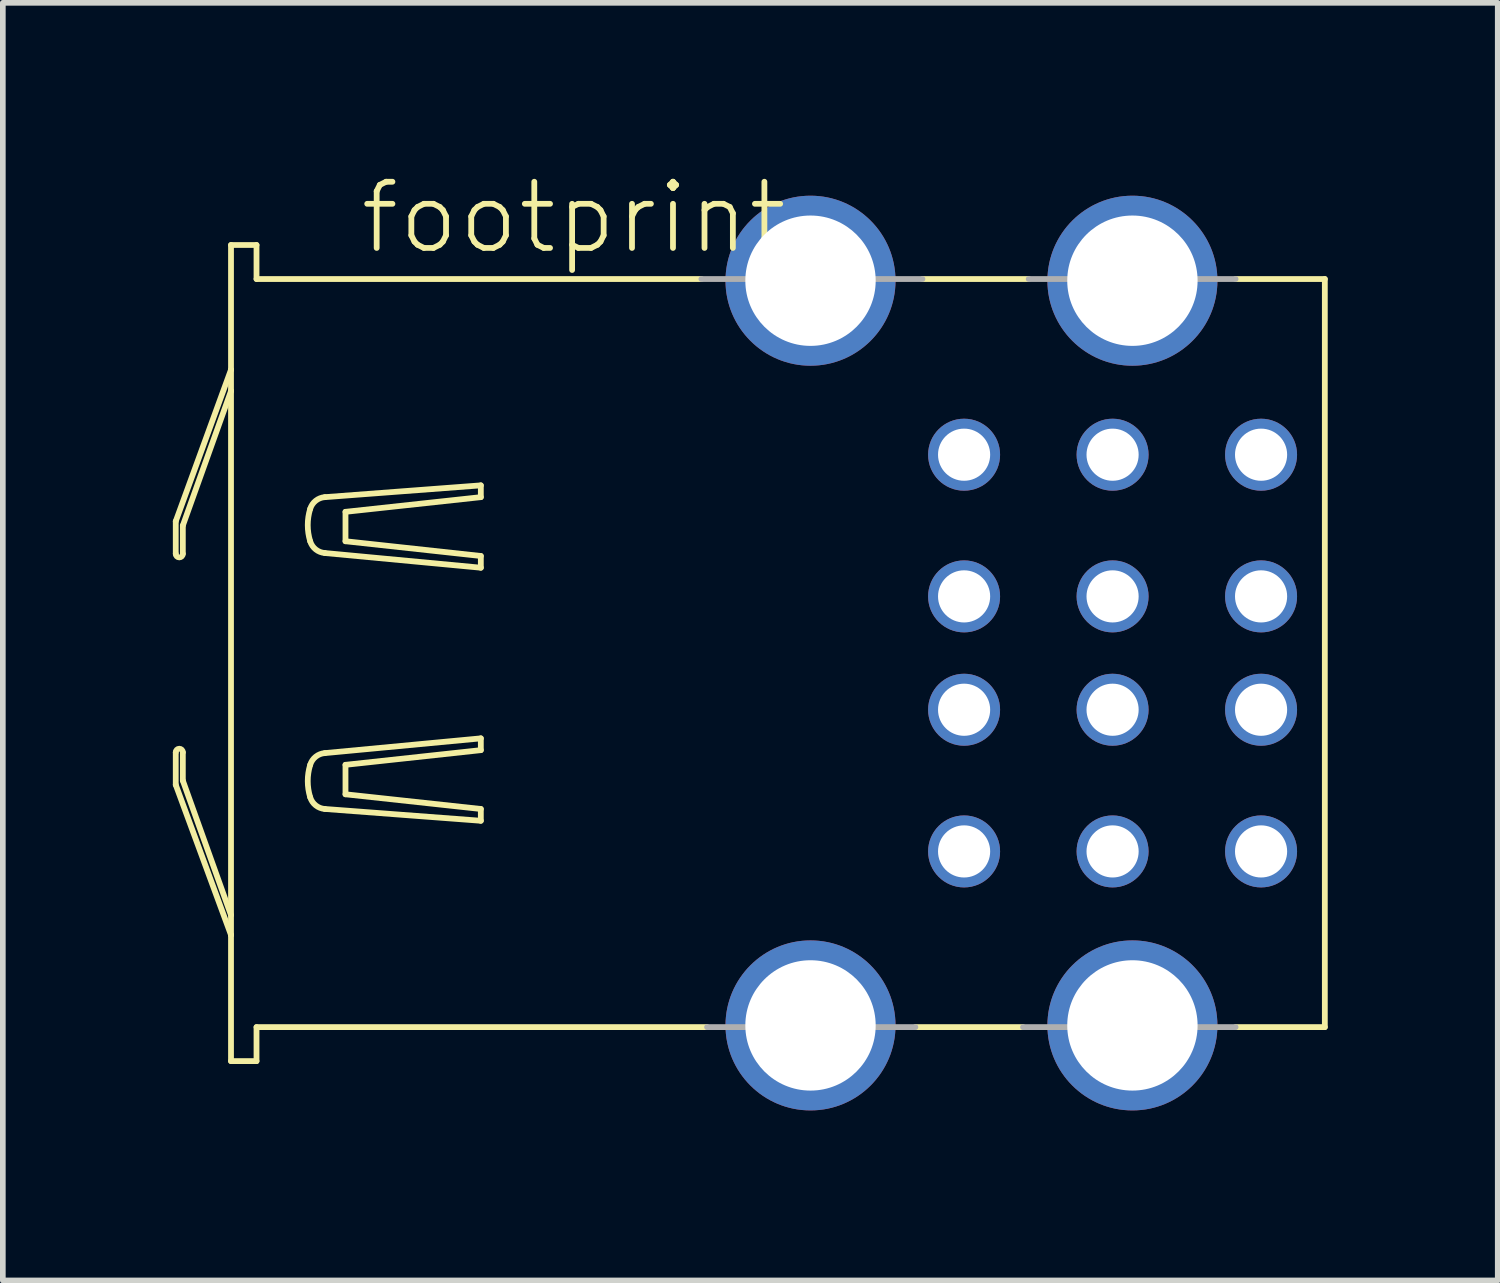
<source format=kicad_pcb>
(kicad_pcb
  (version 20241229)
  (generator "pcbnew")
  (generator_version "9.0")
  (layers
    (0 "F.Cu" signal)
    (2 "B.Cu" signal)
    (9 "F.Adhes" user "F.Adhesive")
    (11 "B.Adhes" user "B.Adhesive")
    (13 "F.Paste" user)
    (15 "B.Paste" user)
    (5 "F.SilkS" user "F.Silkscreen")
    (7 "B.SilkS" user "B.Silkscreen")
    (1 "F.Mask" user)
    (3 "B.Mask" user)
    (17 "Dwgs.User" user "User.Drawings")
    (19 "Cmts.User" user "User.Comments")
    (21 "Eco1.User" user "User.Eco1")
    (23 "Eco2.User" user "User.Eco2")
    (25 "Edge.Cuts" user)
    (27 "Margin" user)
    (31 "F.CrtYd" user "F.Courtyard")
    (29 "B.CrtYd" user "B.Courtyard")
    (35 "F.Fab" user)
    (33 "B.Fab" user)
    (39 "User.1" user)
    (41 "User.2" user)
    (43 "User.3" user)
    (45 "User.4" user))
  (footprint "footprint"
    (layer "F.Cu")
    (at 11.251 8.473)
    (property "Reference" "footprint" (at -8 -7 0) (layer "F.SilkS") (effects (font (size 1.168 1.168) (thickness 0.102)) (justify left bottom)))
    (fp_line (start -11.2 -2.325) (end -10.225 -5) (stroke (width 0.102) (type solid)) (layer "F.SilkS"))
    (fp_line (start -11.2 -1.75) (end -11.2 -2.325) (stroke (width 0.102) (type solid)) (layer "F.SilkS"))
    (fp_line (start -11.2 1.75) (end -11.2 2.325) (stroke (width 0.102) (type solid)) (layer "F.SilkS"))
    (fp_line (start -11.2 2.325) (end -10.225 4.975) (stroke (width 0.102) (type solid)) (layer "F.SilkS"))
    (fp_line (start -11.075 -2.25) (end -11.075 -1.75) (stroke (width 0.102) (type solid)) (layer "F.SilkS"))
    (fp_line (start -11.075 2.25) (end -11.075 1.75) (stroke (width 0.102) (type solid)) (layer "F.SilkS"))
    (fp_line (start -10.225 -7.2) (end -10.225 -5) (stroke (width 0.102) (type solid)) (layer "F.SilkS"))
    (fp_line (start -10.225 -5) (end -10.225 -4.625) (stroke (width 0.102) (type solid)) (layer "F.SilkS"))
    (fp_line (start -10.225 -4.625) (end -11.075 -2.25) (stroke (width 0.102) (type solid)) (layer "F.SilkS"))
    (fp_line (start -10.225 -4.625) (end -10.225 4.975) (stroke (width 0.102) (type solid)) (layer "F.SilkS"))
    (fp_line (start -10.225 4.625) (end -11.075 2.25) (stroke (width 0.102) (type solid)) (layer "F.SilkS"))
    (fp_line (start -10.225 4.975) (end -10.225 7.2) (stroke (width 0.102) (type solid)) (layer "F.SilkS"))
    (fp_line (start -10.225 7.2) (end -9.775 7.2) (stroke (width 0.102) (type solid)) (layer "F.SilkS"))
    (fp_line (start -9.775 -7.2) (end -10.225 -7.2) (stroke (width 0.102) (type solid)) (layer "F.SilkS"))
    (fp_line (start -9.775 -6.6) (end -9.775 -7.2) (stroke (width 0.102) (type solid)) (layer "F.SilkS"))
    (fp_line (start -9.775 6.6) (end -1.825 6.6) (stroke (width 0.102) (type solid)) (layer "F.SilkS"))
    (fp_line (start -9.775 7.2) (end -9.775 6.6) (stroke (width 0.102) (type solid)) (layer "F.SilkS"))
    (fp_line (start -8.569 -1.765) (end -5.817 -1.506) (stroke (width 0.102) (type solid)) (layer "F.SilkS"))
    (fp_line (start -8.569 1.765) (end -5.817 1.505) (stroke (width 0.102) (type solid)) (layer "F.SilkS"))
    (fp_line (start -8.205 -2.492) (end -5.817 -2.751) (stroke (width 0.102) (type solid)) (layer "F.SilkS"))
    (fp_line (start -8.205 -1.973) (end -8.205 -2.492) (stroke (width 0.102) (type solid)) (layer "F.SilkS"))
    (fp_line (start -8.205 1.972) (end -8.205 2.492) (stroke (width 0.102) (type solid)) (layer "F.SilkS"))
    (fp_line (start -8.205 2.492) (end -5.817 2.751) (stroke (width 0.102) (type solid)) (layer "F.SilkS"))
    (fp_line (start -5.817 -2.959) (end -8.569 -2.751) (stroke (width 0.102) (type solid)) (layer "F.SilkS"))
    (fp_line (start -5.817 -2.751) (end -5.817 -2.959) (stroke (width 0.102) (type solid)) (layer "F.SilkS"))
    (fp_line (start -5.817 -1.713) (end -8.205 -1.973) (stroke (width 0.102) (type solid)) (layer "F.SilkS"))
    (fp_line (start -5.817 -1.506) (end -5.817 -1.713) (stroke (width 0.102) (type solid)) (layer "F.SilkS"))
    (fp_line (start -5.817 1.505) (end -5.817 1.713) (stroke (width 0.102) (type solid)) (layer "F.SilkS"))
    (fp_line (start -5.817 1.713) (end -8.205 1.972) (stroke (width 0.102) (type solid)) (layer "F.SilkS"))
    (fp_line (start -5.817 2.751) (end -5.817 2.959) (stroke (width 0.102) (type solid)) (layer "F.SilkS"))
    (fp_line (start -5.817 2.959) (end -8.569 2.751) (stroke (width 0.102) (type solid)) (layer "F.SilkS"))
    (fp_line (start -1.925 -6.6) (end -9.775 -6.6) (stroke (width 0.102) (type solid)) (layer "F.SilkS"))
    (fp_line (start 1.85 6.6) (end 3.75 6.6) (stroke (width 0.102) (type solid)) (layer "F.SilkS"))
    (fp_line (start 3.85 -6.6) (end 1.975 -6.6) (stroke (width 0.102) (type solid)) (layer "F.SilkS"))
    (fp_line (start 7.5 6.6) (end 9.075 6.6) (stroke (width 0.102) (type solid)) (layer "F.SilkS"))
    (fp_line (start 9.075 -6.6) (end 7.5 -6.6) (stroke (width 0.102) (type solid)) (layer "F.SilkS"))
    (fp_line (start 9.075 -6.6) (end 9.075 6.6) (stroke (width 0.102) (type solid)) (layer "F.SilkS"))
    (fp_arc (start -11.2 1.75) (mid -11.1375 1.6875) (end -11.075 1.75) (stroke (width 0.1016) (type solid)) (layer "F.SilkS"))
    (fp_arc (start -11.075 -1.75) (mid -11.1375 -1.6875) (end -11.2 -1.75) (stroke (width 0.1016) (type solid)) (layer "F.SilkS"))
    (fp_arc (start -8.828 -2.5438) (mid -8.730297 -2.687659) (end -8.5685 -2.7514) (stroke (width 0.1016) (type solid)) (layer "F.SilkS"))
    (fp_arc (start -8.828 -1.9727) (mid -8.870802 -2.25825) (end -8.828 -2.5438) (stroke (width 0.1016) (type solid)) (layer "F.SilkS"))
    (fp_arc (start -8.828 1.9725) (mid -8.730298 1.828641) (end -8.568501 1.764899) (stroke (width 0.1016) (type solid)) (layer "F.SilkS"))
    (fp_arc (start -8.828 2.5436) (mid -8.870802 2.25805) (end -8.828 1.9725) (stroke (width 0.1016) (type solid)) (layer "F.SilkS"))
    (fp_arc (start -8.568501 -1.765099) (mid -8.730298 -1.828841) (end -8.828 -1.9727) (stroke (width 0.1016) (type solid)) (layer "F.SilkS"))
    (fp_arc (start -8.5685 2.7512) (mid -8.730297 2.687459) (end -8.828 2.5436) (stroke (width 0.1016) (type solid)) (layer "F.SilkS"))
    (fp_line (start -1.825 6.6) (end 1.85 6.6) (stroke (width 0.102) (type solid)) (layer "F.Fab"))
    (fp_line (start 1.975 -6.6) (end -1.925 -6.6) (stroke (width 0.102) (type solid)) (layer "F.Fab"))
    (fp_line (start 3.75 6.6) (end 7.5 6.6) (stroke (width 0.102) (type solid)) (layer "F.Fab"))
    (fp_line (start 7.5 -6.6) (end 3.85 -6.6) (stroke (width 0.102) (type solid)) (layer "F.Fab"))
    (pad "1-1" thru_hole circle (at 2.71 -3.5 270) (size 1.27 1.27) (drill 0.92) (layers "*.Cu" "*.Mask"))
    (pad "1-2" thru_hole circle (at 2.71 -1 270) (size 1.27 1.27) (drill 0.92) (layers "*.Cu" "*.Mask"))
    (pad "1-3" thru_hole circle (at 2.71 1 270) (size 1.27 1.27) (drill 0.92) (layers "*.Cu" "*.Mask"))
    (pad "1-4" thru_hole circle (at 2.71 3.5 270) (size 1.27 1.27) (drill 0.92) (layers "*.Cu" "*.Mask"))
    (pad "2-1" thru_hole circle (at 5.33 -3.5 270) (size 1.27 1.27) (drill 0.92) (layers "*.Cu" "*.Mask"))
    (pad "2-2" thru_hole circle (at 5.33 -1 270) (size 1.27 1.27) (drill 0.92) (layers "*.Cu" "*.Mask"))
    (pad "2-3" thru_hole circle (at 5.33 1 270) (size 1.27 1.27) (drill 0.92) (layers "*.Cu" "*.Mask"))
    (pad "2-4" thru_hole circle (at 5.33 3.5 270) (size 1.27 1.27) (drill 0.92) (layers "*.Cu" "*.Mask"))
    (pad "3-1" thru_hole circle (at 7.95 -3.5 270) (size 1.27 1.27) (drill 0.92) (layers "*.Cu" "*.Mask"))
    (pad "3-2" thru_hole circle (at 7.95 -1 270) (size 1.27 1.27) (drill 0.92) (layers "*.Cu" "*.Mask"))
    (pad "3-3" thru_hole circle (at 7.95 1 270) (size 1.27 1.27) (drill 0.92) (layers "*.Cu" "*.Mask"))
    (pad "3-4" thru_hole circle (at 7.95 3.5 270) (size 1.27 1.27) (drill 0.92) (layers "*.Cu" "*.Mask"))
    (pad "M1" thru_hole circle (at 0 -6.57 270) (size 3 3) (drill 2.3) (layers "*.Cu" "*.Mask"))
    (pad "M2" thru_hole circle (at 0 6.57 270) (size 3 3) (drill 2.3) (layers "*.Cu" "*.Mask"))
    (pad "M3" thru_hole circle (at 5.68 -6.57 270) (size 3 3) (drill 2.3) (layers "*.Cu" "*.Mask"))
    (pad "M4" thru_hole circle (at 5.68 6.57 270) (size 3 3) (drill 2.3) (layers "*.Cu" "*.Mask")))
  (gr_rect
    (start -3 -3)
    (end 23.377 19.543)
    (stroke (width 0.1) (type default))
    (fill no)
    (layer "Edge.Cuts")))
</source>
